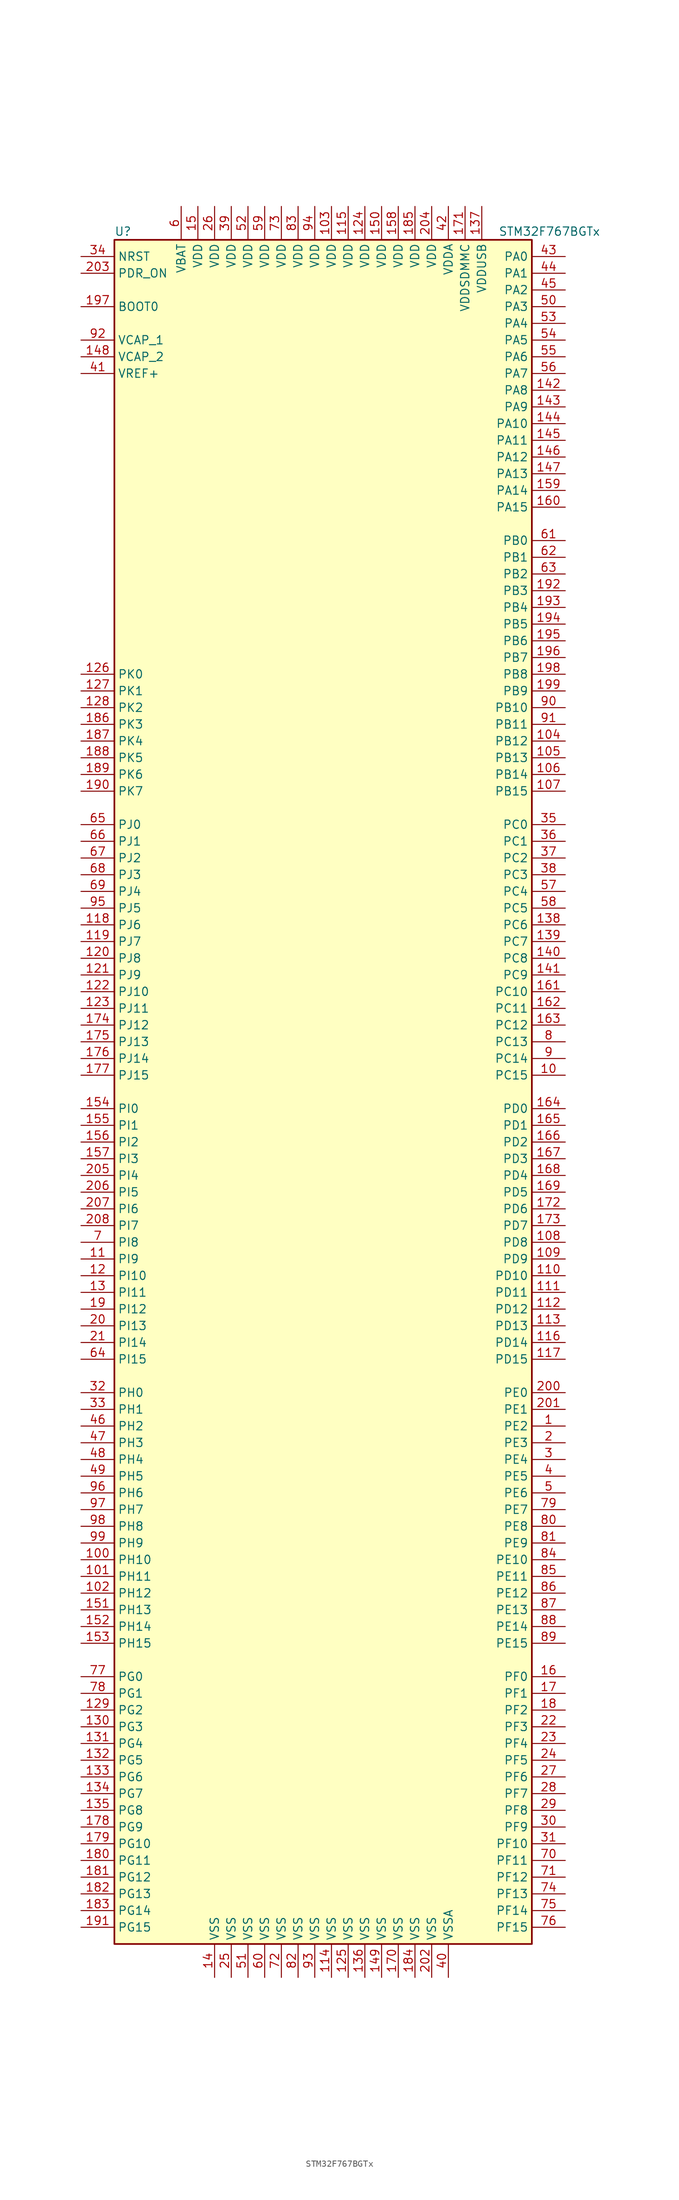
<source format=kicad_sym>
(kicad_symbol_lib
  (version 20201005)
  (generator kicad_symbol_editor)
  (symbol "STM32F767BGTx"
    (property "Reference" "U"
      (at -33.02 130.81 0)
      (effects (font (size 1.27 1.27)) (justify left)))
    (property "Value" "STM32F767BGTx"
      (at 25.4 130.81 0)
      (effects (font (size 1.27 1.27)) (justify left)))
    (symbol "STM32F767BGTx_0_1"
      (rectangle (start -33.02 -129.54) (end 30.48 129.54) (stroke (width 0.254)) (fill (type background))))
    (symbol "STM32F767BGTx_1_1"
      (pin bidirectional line (at 35.56 -50.8 180) (length 5.08) (name "PE2" (effects (font (size 1.27 1.27)))) (number "1" (effects (font (size 1.27 1.27)))))
      (pin bidirectional line (at 35.56 2.54 180) (length 5.08) (name "PC15" (effects (font (size 1.27 1.27)))) (number "10" (effects (font (size 1.27 1.27)))))
      (pin bidirectional line (at -38.1 -71.12 0) (length 5.08) (name "PH10" (effects (font (size 1.27 1.27)))) (number "100" (effects (font (size 1.27 1.27)))))
      (pin bidirectional line (at -38.1 -73.66 0) (length 5.08) (name "PH11" (effects (font (size 1.27 1.27)))) (number "101" (effects (font (size 1.27 1.27)))))
      (pin bidirectional line (at -38.1 -76.2 0) (length 5.08) (name "PH12" (effects (font (size 1.27 1.27)))) (number "102" (effects (font (size 1.27 1.27)))))
      (pin power_in line (at 0 134.62 270) (length 5.08) (name "VDD" (effects (font (size 1.27 1.27)))) (number "103" (effects (font (size 1.27 1.27)))))
      (pin bidirectional line (at 35.56 53.34 180) (length 5.08) (name "PB12" (effects (font (size 1.27 1.27)))) (number "104" (effects (font (size 1.27 1.27)))))
      (pin bidirectional line (at 35.56 50.8 180) (length 5.08) (name "PB13" (effects (font (size 1.27 1.27)))) (number "105" (effects (font (size 1.27 1.27)))))
      (pin bidirectional line (at 35.56 48.26 180) (length 5.08) (name "PB14" (effects (font (size 1.27 1.27)))) (number "106" (effects (font (size 1.27 1.27)))))
      (pin bidirectional line (at 35.56 45.72 180) (length 5.08) (name "PB15" (effects (font (size 1.27 1.27)))) (number "107" (effects (font (size 1.27 1.27)))))
      (pin bidirectional line (at 35.56 -22.86 180) (length 5.08) (name "PD8" (effects (font (size 1.27 1.27)))) (number "108" (effects (font (size 1.27 1.27)))))
      (pin bidirectional line (at 35.56 -25.4 180) (length 5.08) (name "PD9" (effects (font (size 1.27 1.27)))) (number "109" (effects (font (size 1.27 1.27)))))
      (pin bidirectional line (at -38.1 -25.4 0) (length 5.08) (name "PI9" (effects (font (size 1.27 1.27)))) (number "11" (effects (font (size 1.27 1.27)))))
      (pin bidirectional line (at 35.56 -27.94 180) (length 5.08) (name "PD10" (effects (font (size 1.27 1.27)))) (number "110" (effects (font (size 1.27 1.27)))))
      (pin bidirectional line (at 35.56 -30.48 180) (length 5.08) (name "PD11" (effects (font (size 1.27 1.27)))) (number "111" (effects (font (size 1.27 1.27)))))
      (pin bidirectional line (at 35.56 -33.02 180) (length 5.08) (name "PD12" (effects (font (size 1.27 1.27)))) (number "112" (effects (font (size 1.27 1.27)))))
      (pin bidirectional line (at 35.56 -35.56 180) (length 5.08) (name "PD13" (effects (font (size 1.27 1.27)))) (number "113" (effects (font (size 1.27 1.27)))))
      (pin power_in line (at 0 -134.62 90) (length 5.08) (name "VSS" (effects (font (size 1.27 1.27)))) (number "114" (effects (font (size 1.27 1.27)))))
      (pin power_in line (at 2.54 134.62 270) (length 5.08) (name "VDD" (effects (font (size 1.27 1.27)))) (number "115" (effects (font (size 1.27 1.27)))))
      (pin bidirectional line (at 35.56 -38.1 180) (length 5.08) (name "PD14" (effects (font (size 1.27 1.27)))) (number "116" (effects (font (size 1.27 1.27)))))
      (pin bidirectional line (at 35.56 -40.64 180) (length 5.08) (name "PD15" (effects (font (size 1.27 1.27)))) (number "117" (effects (font (size 1.27 1.27)))))
      (pin bidirectional line (at -38.1 25.4 0) (length 5.08) (name "PJ6" (effects (font (size 1.27 1.27)))) (number "118" (effects (font (size 1.27 1.27)))))
      (pin bidirectional line (at -38.1 22.86 0) (length 5.08) (name "PJ7" (effects (font (size 1.27 1.27)))) (number "119" (effects (font (size 1.27 1.27)))))
      (pin bidirectional line (at -38.1 -27.94 0) (length 5.08) (name "PI10" (effects (font (size 1.27 1.27)))) (number "12" (effects (font (size 1.27 1.27)))))
      (pin bidirectional line (at -38.1 20.32 0) (length 5.08) (name "PJ8" (effects (font (size 1.27 1.27)))) (number "120" (effects (font (size 1.27 1.27)))))
      (pin bidirectional line (at -38.1 17.78 0) (length 5.08) (name "PJ9" (effects (font (size 1.27 1.27)))) (number "121" (effects (font (size 1.27 1.27)))))
      (pin bidirectional line (at -38.1 15.24 0) (length 5.08) (name "PJ10" (effects (font (size 1.27 1.27)))) (number "122" (effects (font (size 1.27 1.27)))))
      (pin bidirectional line (at -38.1 12.7 0) (length 5.08) (name "PJ11" (effects (font (size 1.27 1.27)))) (number "123" (effects (font (size 1.27 1.27)))))
      (pin power_in line (at 5.08 134.62 270) (length 5.08) (name "VDD" (effects (font (size 1.27 1.27)))) (number "124" (effects (font (size 1.27 1.27)))))
      (pin power_in line (at 2.54 -134.62 90) (length 5.08) (name "VSS" (effects (font (size 1.27 1.27)))) (number "125" (effects (font (size 1.27 1.27)))))
      (pin bidirectional line (at -38.1 63.5 0) (length 5.08) (name "PK0" (effects (font (size 1.27 1.27)))) (number "126" (effects (font (size 1.27 1.27)))))
      (pin bidirectional line (at -38.1 60.96 0) (length 5.08) (name "PK1" (effects (font (size 1.27 1.27)))) (number "127" (effects (font (size 1.27 1.27)))))
      (pin bidirectional line (at -38.1 58.42 0) (length 5.08) (name "PK2" (effects (font (size 1.27 1.27)))) (number "128" (effects (font (size 1.27 1.27)))))
      (pin bidirectional line (at -38.1 -93.98 0) (length 5.08) (name "PG2" (effects (font (size 1.27 1.27)))) (number "129" (effects (font (size 1.27 1.27)))))
      (pin bidirectional line (at -38.1 -30.48 0) (length 5.08) (name "PI11" (effects (font (size 1.27 1.27)))) (number "13" (effects (font (size 1.27 1.27)))))
      (pin bidirectional line (at -38.1 -96.52 0) (length 5.08) (name "PG3" (effects (font (size 1.27 1.27)))) (number "130" (effects (font (size 1.27 1.27)))))
      (pin bidirectional line (at -38.1 -99.06 0) (length 5.08) (name "PG4" (effects (font (size 1.27 1.27)))) (number "131" (effects (font (size 1.27 1.27)))))
      (pin bidirectional line (at -38.1 -101.6 0) (length 5.08) (name "PG5" (effects (font (size 1.27 1.27)))) (number "132" (effects (font (size 1.27 1.27)))))
      (pin bidirectional line (at -38.1 -104.14 0) (length 5.08) (name "PG6" (effects (font (size 1.27 1.27)))) (number "133" (effects (font (size 1.27 1.27)))))
      (pin bidirectional line (at -38.1 -106.68 0) (length 5.08) (name "PG7" (effects (font (size 1.27 1.27)))) (number "134" (effects (font (size 1.27 1.27)))))
      (pin bidirectional line (at -38.1 -109.22 0) (length 5.08) (name "PG8" (effects (font (size 1.27 1.27)))) (number "135" (effects (font (size 1.27 1.27)))))
      (pin power_in line (at 5.08 -134.62 90) (length 5.08) (name "VSS" (effects (font (size 1.27 1.27)))) (number "136" (effects (font (size 1.27 1.27)))))
      (pin power_in line (at 22.86 134.62 270) (length 5.08) (name "VDDUSB" (effects (font (size 1.27 1.27)))) (number "137" (effects (font (size 1.27 1.27)))))
      (pin bidirectional line (at 35.56 25.4 180) (length 5.08) (name "PC6" (effects (font (size 1.27 1.27)))) (number "138" (effects (font (size 1.27 1.27)))))
      (pin bidirectional line (at 35.56 22.86 180) (length 5.08) (name "PC7" (effects (font (size 1.27 1.27)))) (number "139" (effects (font (size 1.27 1.27)))))
      (pin power_in line (at -17.78 -134.62 90) (length 5.08) (name "VSS" (effects (font (size 1.27 1.27)))) (number "14" (effects (font (size 1.27 1.27)))))
      (pin bidirectional line (at 35.56 20.32 180) (length 5.08) (name "PC8" (effects (font (size 1.27 1.27)))) (number "140" (effects (font (size 1.27 1.27)))))
      (pin bidirectional line (at 35.56 17.78 180) (length 5.08) (name "PC9" (effects (font (size 1.27 1.27)))) (number "141" (effects (font (size 1.27 1.27)))))
      (pin bidirectional line (at 35.56 106.68 180) (length 5.08) (name "PA8" (effects (font (size 1.27 1.27)))) (number "142" (effects (font (size 1.27 1.27)))))
      (pin bidirectional line (at 35.56 104.14 180) (length 5.08) (name "PA9" (effects (font (size 1.27 1.27)))) (number "143" (effects (font (size 1.27 1.27)))))
      (pin bidirectional line (at 35.56 101.6 180) (length 5.08) (name "PA10" (effects (font (size 1.27 1.27)))) (number "144" (effects (font (size 1.27 1.27)))))
      (pin bidirectional line (at 35.56 99.06 180) (length 5.08) (name "PA11" (effects (font (size 1.27 1.27)))) (number "145" (effects (font (size 1.27 1.27)))))
      (pin bidirectional line (at 35.56 96.52 180) (length 5.08) (name "PA12" (effects (font (size 1.27 1.27)))) (number "146" (effects (font (size 1.27 1.27)))))
      (pin bidirectional line (at 35.56 93.98 180) (length 5.08) (name "PA13" (effects (font (size 1.27 1.27)))) (number "147" (effects (font (size 1.27 1.27)))))
      (pin power_in line (at -38.1 111.76 0) (length 5.08) (name "VCAP_2" (effects (font (size 1.27 1.27)))) (number "148" (effects (font (size 1.27 1.27)))))
      (pin power_in line (at 7.62 -134.62 90) (length 5.08) (name "VSS" (effects (font (size 1.27 1.27)))) (number "149" (effects (font (size 1.27 1.27)))))
      (pin power_in line (at -20.32 134.62 270) (length 5.08) (name "VDD" (effects (font (size 1.27 1.27)))) (number "15" (effects (font (size 1.27 1.27)))))
      (pin power_in line (at 7.62 134.62 270) (length 5.08) (name "VDD" (effects (font (size 1.27 1.27)))) (number "150" (effects (font (size 1.27 1.27)))))
      (pin bidirectional line (at -38.1 -78.74 0) (length 5.08) (name "PH13" (effects (font (size 1.27 1.27)))) (number "151" (effects (font (size 1.27 1.27)))))
      (pin bidirectional line (at -38.1 -81.28 0) (length 5.08) (name "PH14" (effects (font (size 1.27 1.27)))) (number "152" (effects (font (size 1.27 1.27)))))
      (pin bidirectional line (at -38.1 -83.82 0) (length 5.08) (name "PH15" (effects (font (size 1.27 1.27)))) (number "153" (effects (font (size 1.27 1.27)))))
      (pin bidirectional line (at -38.1 -2.54 0) (length 5.08) (name "PI0" (effects (font (size 1.27 1.27)))) (number "154" (effects (font (size 1.27 1.27)))))
      (pin bidirectional line (at -38.1 -5.08 0) (length 5.08) (name "PI1" (effects (font (size 1.27 1.27)))) (number "155" (effects (font (size 1.27 1.27)))))
      (pin bidirectional line (at -38.1 -7.62 0) (length 5.08) (name "PI2" (effects (font (size 1.27 1.27)))) (number "156" (effects (font (size 1.27 1.27)))))
      (pin bidirectional line (at -38.1 -10.16 0) (length 5.08) (name "PI3" (effects (font (size 1.27 1.27)))) (number "157" (effects (font (size 1.27 1.27)))))
      (pin power_in line (at 10.16 134.62 270) (length 5.08) (name "VDD" (effects (font (size 1.27 1.27)))) (number "158" (effects (font (size 1.27 1.27)))))
      (pin bidirectional line (at 35.56 91.44 180) (length 5.08) (name "PA14" (effects (font (size 1.27 1.27)))) (number "159" (effects (font (size 1.27 1.27)))))
      (pin bidirectional line (at 35.56 -88.9 180) (length 5.08) (name "PF0" (effects (font (size 1.27 1.27)))) (number "16" (effects (font (size 1.27 1.27)))))
      (pin bidirectional line (at 35.56 88.9 180) (length 5.08) (name "PA15" (effects (font (size 1.27 1.27)))) (number "160" (effects (font (size 1.27 1.27)))))
      (pin bidirectional line (at 35.56 15.24 180) (length 5.08) (name "PC10" (effects (font (size 1.27 1.27)))) (number "161" (effects (font (size 1.27 1.27)))))
      (pin bidirectional line (at 35.56 12.7 180) (length 5.08) (name "PC11" (effects (font (size 1.27 1.27)))) (number "162" (effects (font (size 1.27 1.27)))))
      (pin bidirectional line (at 35.56 10.16 180) (length 5.08) (name "PC12" (effects (font (size 1.27 1.27)))) (number "163" (effects (font (size 1.27 1.27)))))
      (pin bidirectional line (at 35.56 -2.54 180) (length 5.08) (name "PD0" (effects (font (size 1.27 1.27)))) (number "164" (effects (font (size 1.27 1.27)))))
      (pin bidirectional line (at 35.56 -5.08 180) (length 5.08) (name "PD1" (effects (font (size 1.27 1.27)))) (number "165" (effects (font (size 1.27 1.27)))))
      (pin bidirectional line (at 35.56 -7.62 180) (length 5.08) (name "PD2" (effects (font (size 1.27 1.27)))) (number "166" (effects (font (size 1.27 1.27)))))
      (pin bidirectional line (at 35.56 -10.16 180) (length 5.08) (name "PD3" (effects (font (size 1.27 1.27)))) (number "167" (effects (font (size 1.27 1.27)))))
      (pin bidirectional line (at 35.56 -12.7 180) (length 5.08) (name "PD4" (effects (font (size 1.27 1.27)))) (number "168" (effects (font (size 1.27 1.27)))))
      (pin bidirectional line (at 35.56 -15.24 180) (length 5.08) (name "PD5" (effects (font (size 1.27 1.27)))) (number "169" (effects (font (size 1.27 1.27)))))
      (pin bidirectional line (at 35.56 -91.44 180) (length 5.08) (name "PF1" (effects (font (size 1.27 1.27)))) (number "17" (effects (font (size 1.27 1.27)))))
      (pin power_in line (at 10.16 -134.62 90) (length 5.08) (name "VSS" (effects (font (size 1.27 1.27)))) (number "170" (effects (font (size 1.27 1.27)))))
      (pin power_in line (at 20.32 134.62 270) (length 5.08) (name "VDDSDMMC" (effects (font (size 1.27 1.27)))) (number "171" (effects (font (size 1.27 1.27)))))
      (pin bidirectional line (at 35.56 -17.78 180) (length 5.08) (name "PD6" (effects (font (size 1.27 1.27)))) (number "172" (effects (font (size 1.27 1.27)))))
      (pin bidirectional line (at 35.56 -20.32 180) (length 5.08) (name "PD7" (effects (font (size 1.27 1.27)))) (number "173" (effects (font (size 1.27 1.27)))))
      (pin bidirectional line (at -38.1 10.16 0) (length 5.08) (name "PJ12" (effects (font (size 1.27 1.27)))) (number "174" (effects (font (size 1.27 1.27)))))
      (pin bidirectional line (at -38.1 7.62 0) (length 5.08) (name "PJ13" (effects (font (size 1.27 1.27)))) (number "175" (effects (font (size 1.27 1.27)))))
      (pin bidirectional line (at -38.1 5.08 0) (length 5.08) (name "PJ14" (effects (font (size 1.27 1.27)))) (number "176" (effects (font (size 1.27 1.27)))))
      (pin bidirectional line (at -38.1 2.54 0) (length 5.08) (name "PJ15" (effects (font (size 1.27 1.27)))) (number "177" (effects (font (size 1.27 1.27)))))
      (pin bidirectional line (at -38.1 -111.76 0) (length 5.08) (name "PG9" (effects (font (size 1.27 1.27)))) (number "178" (effects (font (size 1.27 1.27)))))
      (pin bidirectional line (at -38.1 -114.3 0) (length 5.08) (name "PG10" (effects (font (size 1.27 1.27)))) (number "179" (effects (font (size 1.27 1.27)))))
      (pin bidirectional line (at 35.56 -93.98 180) (length 5.08) (name "PF2" (effects (font (size 1.27 1.27)))) (number "18" (effects (font (size 1.27 1.27)))))
      (pin bidirectional line (at -38.1 -116.84 0) (length 5.08) (name "PG11" (effects (font (size 1.27 1.27)))) (number "180" (effects (font (size 1.27 1.27)))))
      (pin bidirectional line (at -38.1 -119.38 0) (length 5.08) (name "PG12" (effects (font (size 1.27 1.27)))) (number "181" (effects (font (size 1.27 1.27)))))
      (pin bidirectional line (at -38.1 -121.92 0) (length 5.08) (name "PG13" (effects (font (size 1.27 1.27)))) (number "182" (effects (font (size 1.27 1.27)))))
      (pin bidirectional line (at -38.1 -124.46 0) (length 5.08) (name "PG14" (effects (font (size 1.27 1.27)))) (number "183" (effects (font (size 1.27 1.27)))))
      (pin power_in line (at 12.7 -134.62 90) (length 5.08) (name "VSS" (effects (font (size 1.27 1.27)))) (number "184" (effects (font (size 1.27 1.27)))))
      (pin power_in line (at 12.7 134.62 270) (length 5.08) (name "VDD" (effects (font (size 1.27 1.27)))) (number "185" (effects (font (size 1.27 1.27)))))
      (pin bidirectional line (at -38.1 55.88 0) (length 5.08) (name "PK3" (effects (font (size 1.27 1.27)))) (number "186" (effects (font (size 1.27 1.27)))))
      (pin bidirectional line (at -38.1 53.34 0) (length 5.08) (name "PK4" (effects (font (size 1.27 1.27)))) (number "187" (effects (font (size 1.27 1.27)))))
      (pin bidirectional line (at -38.1 50.8 0) (length 5.08) (name "PK5" (effects (font (size 1.27 1.27)))) (number "188" (effects (font (size 1.27 1.27)))))
      (pin bidirectional line (at -38.1 48.26 0) (length 5.08) (name "PK6" (effects (font (size 1.27 1.27)))) (number "189" (effects (font (size 1.27 1.27)))))
      (pin bidirectional line (at -38.1 -33.02 0) (length 5.08) (name "PI12" (effects (font (size 1.27 1.27)))) (number "19" (effects (font (size 1.27 1.27)))))
      (pin bidirectional line (at -38.1 45.72 0) (length 5.08) (name "PK7" (effects (font (size 1.27 1.27)))) (number "190" (effects (font (size 1.27 1.27)))))
      (pin bidirectional line (at -38.1 -127 0) (length 5.08) (name "PG15" (effects (font (size 1.27 1.27)))) (number "191" (effects (font (size 1.27 1.27)))))
      (pin bidirectional line (at 35.56 76.2 180) (length 5.08) (name "PB3" (effects (font (size 1.27 1.27)))) (number "192" (effects (font (size 1.27 1.27)))))
      (pin bidirectional line (at 35.56 73.66 180) (length 5.08) (name "PB4" (effects (font (size 1.27 1.27)))) (number "193" (effects (font (size 1.27 1.27)))))
      (pin bidirectional line (at 35.56 71.12 180) (length 5.08) (name "PB5" (effects (font (size 1.27 1.27)))) (number "194" (effects (font (size 1.27 1.27)))))
      (pin bidirectional line (at 35.56 68.58 180) (length 5.08) (name "PB6" (effects (font (size 1.27 1.27)))) (number "195" (effects (font (size 1.27 1.27)))))
      (pin bidirectional line (at 35.56 66.04 180) (length 5.08) (name "PB7" (effects (font (size 1.27 1.27)))) (number "196" (effects (font (size 1.27 1.27)))))
      (pin input line (at -38.1 119.38 0) (length 5.08) (name "BOOT0" (effects (font (size 1.27 1.27)))) (number "197" (effects (font (size 1.27 1.27)))))
      (pin bidirectional line (at 35.56 63.5 180) (length 5.08) (name "PB8" (effects (font (size 1.27 1.27)))) (number "198" (effects (font (size 1.27 1.27)))))
      (pin bidirectional line (at 35.56 60.96 180) (length 5.08) (name "PB9" (effects (font (size 1.27 1.27)))) (number "199" (effects (font (size 1.27 1.27)))))
      (pin bidirectional line (at 35.56 -53.34 180) (length 5.08) (name "PE3" (effects (font (size 1.27 1.27)))) (number "2" (effects (font (size 1.27 1.27)))))
      (pin bidirectional line (at -38.1 -35.56 0) (length 5.08) (name "PI13" (effects (font (size 1.27 1.27)))) (number "20" (effects (font (size 1.27 1.27)))))
      (pin bidirectional line (at 35.56 -45.72 180) (length 5.08) (name "PE0" (effects (font (size 1.27 1.27)))) (number "200" (effects (font (size 1.27 1.27)))))
      (pin bidirectional line (at 35.56 -48.26 180) (length 5.08) (name "PE1" (effects (font (size 1.27 1.27)))) (number "201" (effects (font (size 1.27 1.27)))))
      (pin power_in line (at 15.24 -134.62 90) (length 5.08) (name "VSS" (effects (font (size 1.27 1.27)))) (number "202" (effects (font (size 1.27 1.27)))))
      (pin input line (at -38.1 124.46 0) (length 5.08) (name "PDR_ON" (effects (font (size 1.27 1.27)))) (number "203" (effects (font (size 1.27 1.27)))))
      (pin power_in line (at 15.24 134.62 270) (length 5.08) (name "VDD" (effects (font (size 1.27 1.27)))) (number "204" (effects (font (size 1.27 1.27)))))
      (pin bidirectional line (at -38.1 -12.7 0) (length 5.08) (name "PI4" (effects (font (size 1.27 1.27)))) (number "205" (effects (font (size 1.27 1.27)))))
      (pin bidirectional line (at -38.1 -15.24 0) (length 5.08) (name "PI5" (effects (font (size 1.27 1.27)))) (number "206" (effects (font (size 1.27 1.27)))))
      (pin bidirectional line (at -38.1 -17.78 0) (length 5.08) (name "PI6" (effects (font (size 1.27 1.27)))) (number "207" (effects (font (size 1.27 1.27)))))
      (pin bidirectional line (at -38.1 -20.32 0) (length 5.08) (name "PI7" (effects (font (size 1.27 1.27)))) (number "208" (effects (font (size 1.27 1.27)))))
      (pin bidirectional line (at -38.1 -38.1 0) (length 5.08) (name "PI14" (effects (font (size 1.27 1.27)))) (number "21" (effects (font (size 1.27 1.27)))))
      (pin bidirectional line (at 35.56 -96.52 180) (length 5.08) (name "PF3" (effects (font (size 1.27 1.27)))) (number "22" (effects (font (size 1.27 1.27)))))
      (pin bidirectional line (at 35.56 -99.06 180) (length 5.08) (name "PF4" (effects (font (size 1.27 1.27)))) (number "23" (effects (font (size 1.27 1.27)))))
      (pin bidirectional line (at 35.56 -101.6 180) (length 5.08) (name "PF5" (effects (font (size 1.27 1.27)))) (number "24" (effects (font (size 1.27 1.27)))))
      (pin power_in line (at -15.24 -134.62 90) (length 5.08) (name "VSS" (effects (font (size 1.27 1.27)))) (number "25" (effects (font (size 1.27 1.27)))))
      (pin power_in line (at -17.78 134.62 270) (length 5.08) (name "VDD" (effects (font (size 1.27 1.27)))) (number "26" (effects (font (size 1.27 1.27)))))
      (pin bidirectional line (at 35.56 -104.14 180) (length 5.08) (name "PF6" (effects (font (size 1.27 1.27)))) (number "27" (effects (font (size 1.27 1.27)))))
      (pin bidirectional line (at 35.56 -106.68 180) (length 5.08) (name "PF7" (effects (font (size 1.27 1.27)))) (number "28" (effects (font (size 1.27 1.27)))))
      (pin bidirectional line (at 35.56 -109.22 180) (length 5.08) (name "PF8" (effects (font (size 1.27 1.27)))) (number "29" (effects (font (size 1.27 1.27)))))
      (pin bidirectional line (at 35.56 -55.88 180) (length 5.08) (name "PE4" (effects (font (size 1.27 1.27)))) (number "3" (effects (font (size 1.27 1.27)))))
      (pin bidirectional line (at 35.56 -111.76 180) (length 5.08) (name "PF9" (effects (font (size 1.27 1.27)))) (number "30" (effects (font (size 1.27 1.27)))))
      (pin bidirectional line (at 35.56 -114.3 180) (length 5.08) (name "PF10" (effects (font (size 1.27 1.27)))) (number "31" (effects (font (size 1.27 1.27)))))
      (pin input line (at -38.1 -45.72 0) (length 5.08) (name "PH0" (effects (font (size 1.27 1.27)))) (number "32" (effects (font (size 1.27 1.27)))))
      (pin input line (at -38.1 -48.26 0) (length 5.08) (name "PH1" (effects (font (size 1.27 1.27)))) (number "33" (effects (font (size 1.27 1.27)))))
      (pin input line (at -38.1 127 0) (length 5.08) (name "NRST" (effects (font (size 1.27 1.27)))) (number "34" (effects (font (size 1.27 1.27)))))
      (pin bidirectional line (at 35.56 40.64 180) (length 5.08) (name "PC0" (effects (font (size 1.27 1.27)))) (number "35" (effects (font (size 1.27 1.27)))))
      (pin bidirectional line (at 35.56 38.1 180) (length 5.08) (name "PC1" (effects (font (size 1.27 1.27)))) (number "36" (effects (font (size 1.27 1.27)))))
      (pin bidirectional line (at 35.56 35.56 180) (length 5.08) (name "PC2" (effects (font (size 1.27 1.27)))) (number "37" (effects (font (size 1.27 1.27)))))
      (pin bidirectional line (at 35.56 33.02 180) (length 5.08) (name "PC3" (effects (font (size 1.27 1.27)))) (number "38" (effects (font (size 1.27 1.27)))))
      (pin power_in line (at -15.24 134.62 270) (length 5.08) (name "VDD" (effects (font (size 1.27 1.27)))) (number "39" (effects (font (size 1.27 1.27)))))
      (pin bidirectional line (at 35.56 -58.42 180) (length 5.08) (name "PE5" (effects (font (size 1.27 1.27)))) (number "4" (effects (font (size 1.27 1.27)))))
      (pin power_in line (at 17.78 -134.62 90) (length 5.08) (name "VSSA" (effects (font (size 1.27 1.27)))) (number "40" (effects (font (size 1.27 1.27)))))
      (pin power_in line (at -38.1 109.22 0) (length 5.08) (name "VREF+" (effects (font (size 1.27 1.27)))) (number "41" (effects (font (size 1.27 1.27)))))
      (pin power_in line (at 17.78 134.62 270) (length 5.08) (name "VDDA" (effects (font (size 1.27 1.27)))) (number "42" (effects (font (size 1.27 1.27)))))
      (pin bidirectional line (at 35.56 127 180) (length 5.08) (name "PA0" (effects (font (size 1.27 1.27)))) (number "43" (effects (font (size 1.27 1.27)))))
      (pin bidirectional line (at 35.56 124.46 180) (length 5.08) (name "PA1" (effects (font (size 1.27 1.27)))) (number "44" (effects (font (size 1.27 1.27)))))
      (pin bidirectional line (at 35.56 121.92 180) (length 5.08) (name "PA2" (effects (font (size 1.27 1.27)))) (number "45" (effects (font (size 1.27 1.27)))))
      (pin bidirectional line (at -38.1 -50.8 0) (length 5.08) (name "PH2" (effects (font (size 1.27 1.27)))) (number "46" (effects (font (size 1.27 1.27)))))
      (pin bidirectional line (at -38.1 -53.34 0) (length 5.08) (name "PH3" (effects (font (size 1.27 1.27)))) (number "47" (effects (font (size 1.27 1.27)))))
      (pin bidirectional line (at -38.1 -55.88 0) (length 5.08) (name "PH4" (effects (font (size 1.27 1.27)))) (number "48" (effects (font (size 1.27 1.27)))))
      (pin bidirectional line (at -38.1 -58.42 0) (length 5.08) (name "PH5" (effects (font (size 1.27 1.27)))) (number "49" (effects (font (size 1.27 1.27)))))
      (pin bidirectional line (at 35.56 -60.96 180) (length 5.08) (name "PE6" (effects (font (size 1.27 1.27)))) (number "5" (effects (font (size 1.27 1.27)))))
      (pin bidirectional line (at 35.56 119.38 180) (length 5.08) (name "PA3" (effects (font (size 1.27 1.27)))) (number "50" (effects (font (size 1.27 1.27)))))
      (pin power_in line (at -12.7 -134.62 90) (length 5.08) (name "VSS" (effects (font (size 1.27 1.27)))) (number "51" (effects (font (size 1.27 1.27)))))
      (pin power_in line (at -12.7 134.62 270) (length 5.08) (name "VDD" (effects (font (size 1.27 1.27)))) (number "52" (effects (font (size 1.27 1.27)))))
      (pin bidirectional line (at 35.56 116.84 180) (length 5.08) (name "PA4" (effects (font (size 1.27 1.27)))) (number "53" (effects (font (size 1.27 1.27)))))
      (pin bidirectional line (at 35.56 114.3 180) (length 5.08) (name "PA5" (effects (font (size 1.27 1.27)))) (number "54" (effects (font (size 1.27 1.27)))))
      (pin bidirectional line (at 35.56 111.76 180) (length 5.08) (name "PA6" (effects (font (size 1.27 1.27)))) (number "55" (effects (font (size 1.27 1.27)))))
      (pin bidirectional line (at 35.56 109.22 180) (length 5.08) (name "PA7" (effects (font (size 1.27 1.27)))) (number "56" (effects (font (size 1.27 1.27)))))
      (pin bidirectional line (at 35.56 30.48 180) (length 5.08) (name "PC4" (effects (font (size 1.27 1.27)))) (number "57" (effects (font (size 1.27 1.27)))))
      (pin bidirectional line (at 35.56 27.94 180) (length 5.08) (name "PC5" (effects (font (size 1.27 1.27)))) (number "58" (effects (font (size 1.27 1.27)))))
      (pin power_in line (at -10.16 134.62 270) (length 5.08) (name "VDD" (effects (font (size 1.27 1.27)))) (number "59" (effects (font (size 1.27 1.27)))))
      (pin power_in line (at -22.86 134.62 270) (length 5.08) (name "VBAT" (effects (font (size 1.27 1.27)))) (number "6" (effects (font (size 1.27 1.27)))))
      (pin power_in line (at -10.16 -134.62 90) (length 5.08) (name "VSS" (effects (font (size 1.27 1.27)))) (number "60" (effects (font (size 1.27 1.27)))))
      (pin bidirectional line (at 35.56 83.82 180) (length 5.08) (name "PB0" (effects (font (size 1.27 1.27)))) (number "61" (effects (font (size 1.27 1.27)))))
      (pin bidirectional line (at 35.56 81.28 180) (length 5.08) (name "PB1" (effects (font (size 1.27 1.27)))) (number "62" (effects (font (size 1.27 1.27)))))
      (pin bidirectional line (at 35.56 78.74 180) (length 5.08) (name "PB2" (effects (font (size 1.27 1.27)))) (number "63" (effects (font (size 1.27 1.27)))))
      (pin bidirectional line (at -38.1 -40.64 0) (length 5.08) (name "PI15" (effects (font (size 1.27 1.27)))) (number "64" (effects (font (size 1.27 1.27)))))
      (pin bidirectional line (at -38.1 40.64 0) (length 5.08) (name "PJ0" (effects (font (size 1.27 1.27)))) (number "65" (effects (font (size 1.27 1.27)))))
      (pin bidirectional line (at -38.1 38.1 0) (length 5.08) (name "PJ1" (effects (font (size 1.27 1.27)))) (number "66" (effects (font (size 1.27 1.27)))))
      (pin bidirectional line (at -38.1 35.56 0) (length 5.08) (name "PJ2" (effects (font (size 1.27 1.27)))) (number "67" (effects (font (size 1.27 1.27)))))
      (pin bidirectional line (at -38.1 33.02 0) (length 5.08) (name "PJ3" (effects (font (size 1.27 1.27)))) (number "68" (effects (font (size 1.27 1.27)))))
      (pin bidirectional line (at -38.1 30.48 0) (length 5.08) (name "PJ4" (effects (font (size 1.27 1.27)))) (number "69" (effects (font (size 1.27 1.27)))))
      (pin bidirectional line (at -38.1 -22.86 0) (length 5.08) (name "PI8" (effects (font (size 1.27 1.27)))) (number "7" (effects (font (size 1.27 1.27)))))
      (pin bidirectional line (at 35.56 -116.84 180) (length 5.08) (name "PF11" (effects (font (size 1.27 1.27)))) (number "70" (effects (font (size 1.27 1.27)))))
      (pin bidirectional line (at 35.56 -119.38 180) (length 5.08) (name "PF12" (effects (font (size 1.27 1.27)))) (number "71" (effects (font (size 1.27 1.27)))))
      (pin power_in line (at -7.62 -134.62 90) (length 5.08) (name "VSS" (effects (font (size 1.27 1.27)))) (number "72" (effects (font (size 1.27 1.27)))))
      (pin power_in line (at -7.62 134.62 270) (length 5.08) (name "VDD" (effects (font (size 1.27 1.27)))) (number "73" (effects (font (size 1.27 1.27)))))
      (pin bidirectional line (at 35.56 -121.92 180) (length 5.08) (name "PF13" (effects (font (size 1.27 1.27)))) (number "74" (effects (font (size 1.27 1.27)))))
      (pin bidirectional line (at 35.56 -124.46 180) (length 5.08) (name "PF14" (effects (font (size 1.27 1.27)))) (number "75" (effects (font (size 1.27 1.27)))))
      (pin bidirectional line (at 35.56 -127 180) (length 5.08) (name "PF15" (effects (font (size 1.27 1.27)))) (number "76" (effects (font (size 1.27 1.27)))))
      (pin bidirectional line (at -38.1 -88.9 0) (length 5.08) (name "PG0" (effects (font (size 1.27 1.27)))) (number "77" (effects (font (size 1.27 1.27)))))
      (pin bidirectional line (at -38.1 -91.44 0) (length 5.08) (name "PG1" (effects (font (size 1.27 1.27)))) (number "78" (effects (font (size 1.27 1.27)))))
      (pin bidirectional line (at 35.56 -63.5 180) (length 5.08) (name "PE7" (effects (font (size 1.27 1.27)))) (number "79" (effects (font (size 1.27 1.27)))))
      (pin bidirectional line (at 35.56 7.62 180) (length 5.08) (name "PC13" (effects (font (size 1.27 1.27)))) (number "8" (effects (font (size 1.27 1.27)))))
      (pin bidirectional line (at 35.56 -66.04 180) (length 5.08) (name "PE8" (effects (font (size 1.27 1.27)))) (number "80" (effects (font (size 1.27 1.27)))))
      (pin bidirectional line (at 35.56 -68.58 180) (length 5.08) (name "PE9" (effects (font (size 1.27 1.27)))) (number "81" (effects (font (size 1.27 1.27)))))
      (pin power_in line (at -5.08 -134.62 90) (length 5.08) (name "VSS" (effects (font (size 1.27 1.27)))) (number "82" (effects (font (size 1.27 1.27)))))
      (pin power_in line (at -5.08 134.62 270) (length 5.08) (name "VDD" (effects (font (size 1.27 1.27)))) (number "83" (effects (font (size 1.27 1.27)))))
      (pin bidirectional line (at 35.56 -71.12 180) (length 5.08) (name "PE10" (effects (font (size 1.27 1.27)))) (number "84" (effects (font (size 1.27 1.27)))))
      (pin bidirectional line (at 35.56 -73.66 180) (length 5.08) (name "PE11" (effects (font (size 1.27 1.27)))) (number "85" (effects (font (size 1.27 1.27)))))
      (pin bidirectional line (at 35.56 -76.2 180) (length 5.08) (name "PE12" (effects (font (size 1.27 1.27)))) (number "86" (effects (font (size 1.27 1.27)))))
      (pin bidirectional line (at 35.56 -78.74 180) (length 5.08) (name "PE13" (effects (font (size 1.27 1.27)))) (number "87" (effects (font (size 1.27 1.27)))))
      (pin bidirectional line (at 35.56 -81.28 180) (length 5.08) (name "PE14" (effects (font (size 1.27 1.27)))) (number "88" (effects (font (size 1.27 1.27)))))
      (pin bidirectional line (at 35.56 -83.82 180) (length 5.08) (name "PE15" (effects (font (size 1.27 1.27)))) (number "89" (effects (font (size 1.27 1.27)))))
      (pin bidirectional line (at 35.56 5.08 180) (length 5.08) (name "PC14" (effects (font (size 1.27 1.27)))) (number "9" (effects (font (size 1.27 1.27)))))
      (pin bidirectional line (at 35.56 58.42 180) (length 5.08) (name "PB10" (effects (font (size 1.27 1.27)))) (number "90" (effects (font (size 1.27 1.27)))))
      (pin bidirectional line (at 35.56 55.88 180) (length 5.08) (name "PB11" (effects (font (size 1.27 1.27)))) (number "91" (effects (font (size 1.27 1.27)))))
      (pin power_in line (at -38.1 114.3 0) (length 5.08) (name "VCAP_1" (effects (font (size 1.27 1.27)))) (number "92" (effects (font (size 1.27 1.27)))))
      (pin power_in line (at -2.54 -134.62 90) (length 5.08) (name "VSS" (effects (font (size 1.27 1.27)))) (number "93" (effects (font (size 1.27 1.27)))))
      (pin power_in line (at -2.54 134.62 270) (length 5.08) (name "VDD" (effects (font (size 1.27 1.27)))) (number "94" (effects (font (size 1.27 1.27)))))
      (pin bidirectional line (at -38.1 27.94 0) (length 5.08) (name "PJ5" (effects (font (size 1.27 1.27)))) (number "95" (effects (font (size 1.27 1.27)))))
      (pin bidirectional line (at -38.1 -60.96 0) (length 5.08) (name "PH6" (effects (font (size 1.27 1.27)))) (number "96" (effects (font (size 1.27 1.27)))))
      (pin bidirectional line (at -38.1 -63.5 0) (length 5.08) (name "PH7" (effects (font (size 1.27 1.27)))) (number "97" (effects (font (size 1.27 1.27)))))
      (pin bidirectional line (at -38.1 -66.04 0) (length 5.08) (name "PH8" (effects (font (size 1.27 1.27)))) (number "98" (effects (font (size 1.27 1.27)))))
      (pin bidirectional line (at -38.1 -68.58 0) (length 5.08) (name "PH9" (effects (font (size 1.27 1.27)))) (number "99" (effects (font (size 1.27 1.27))))))))
</source>
